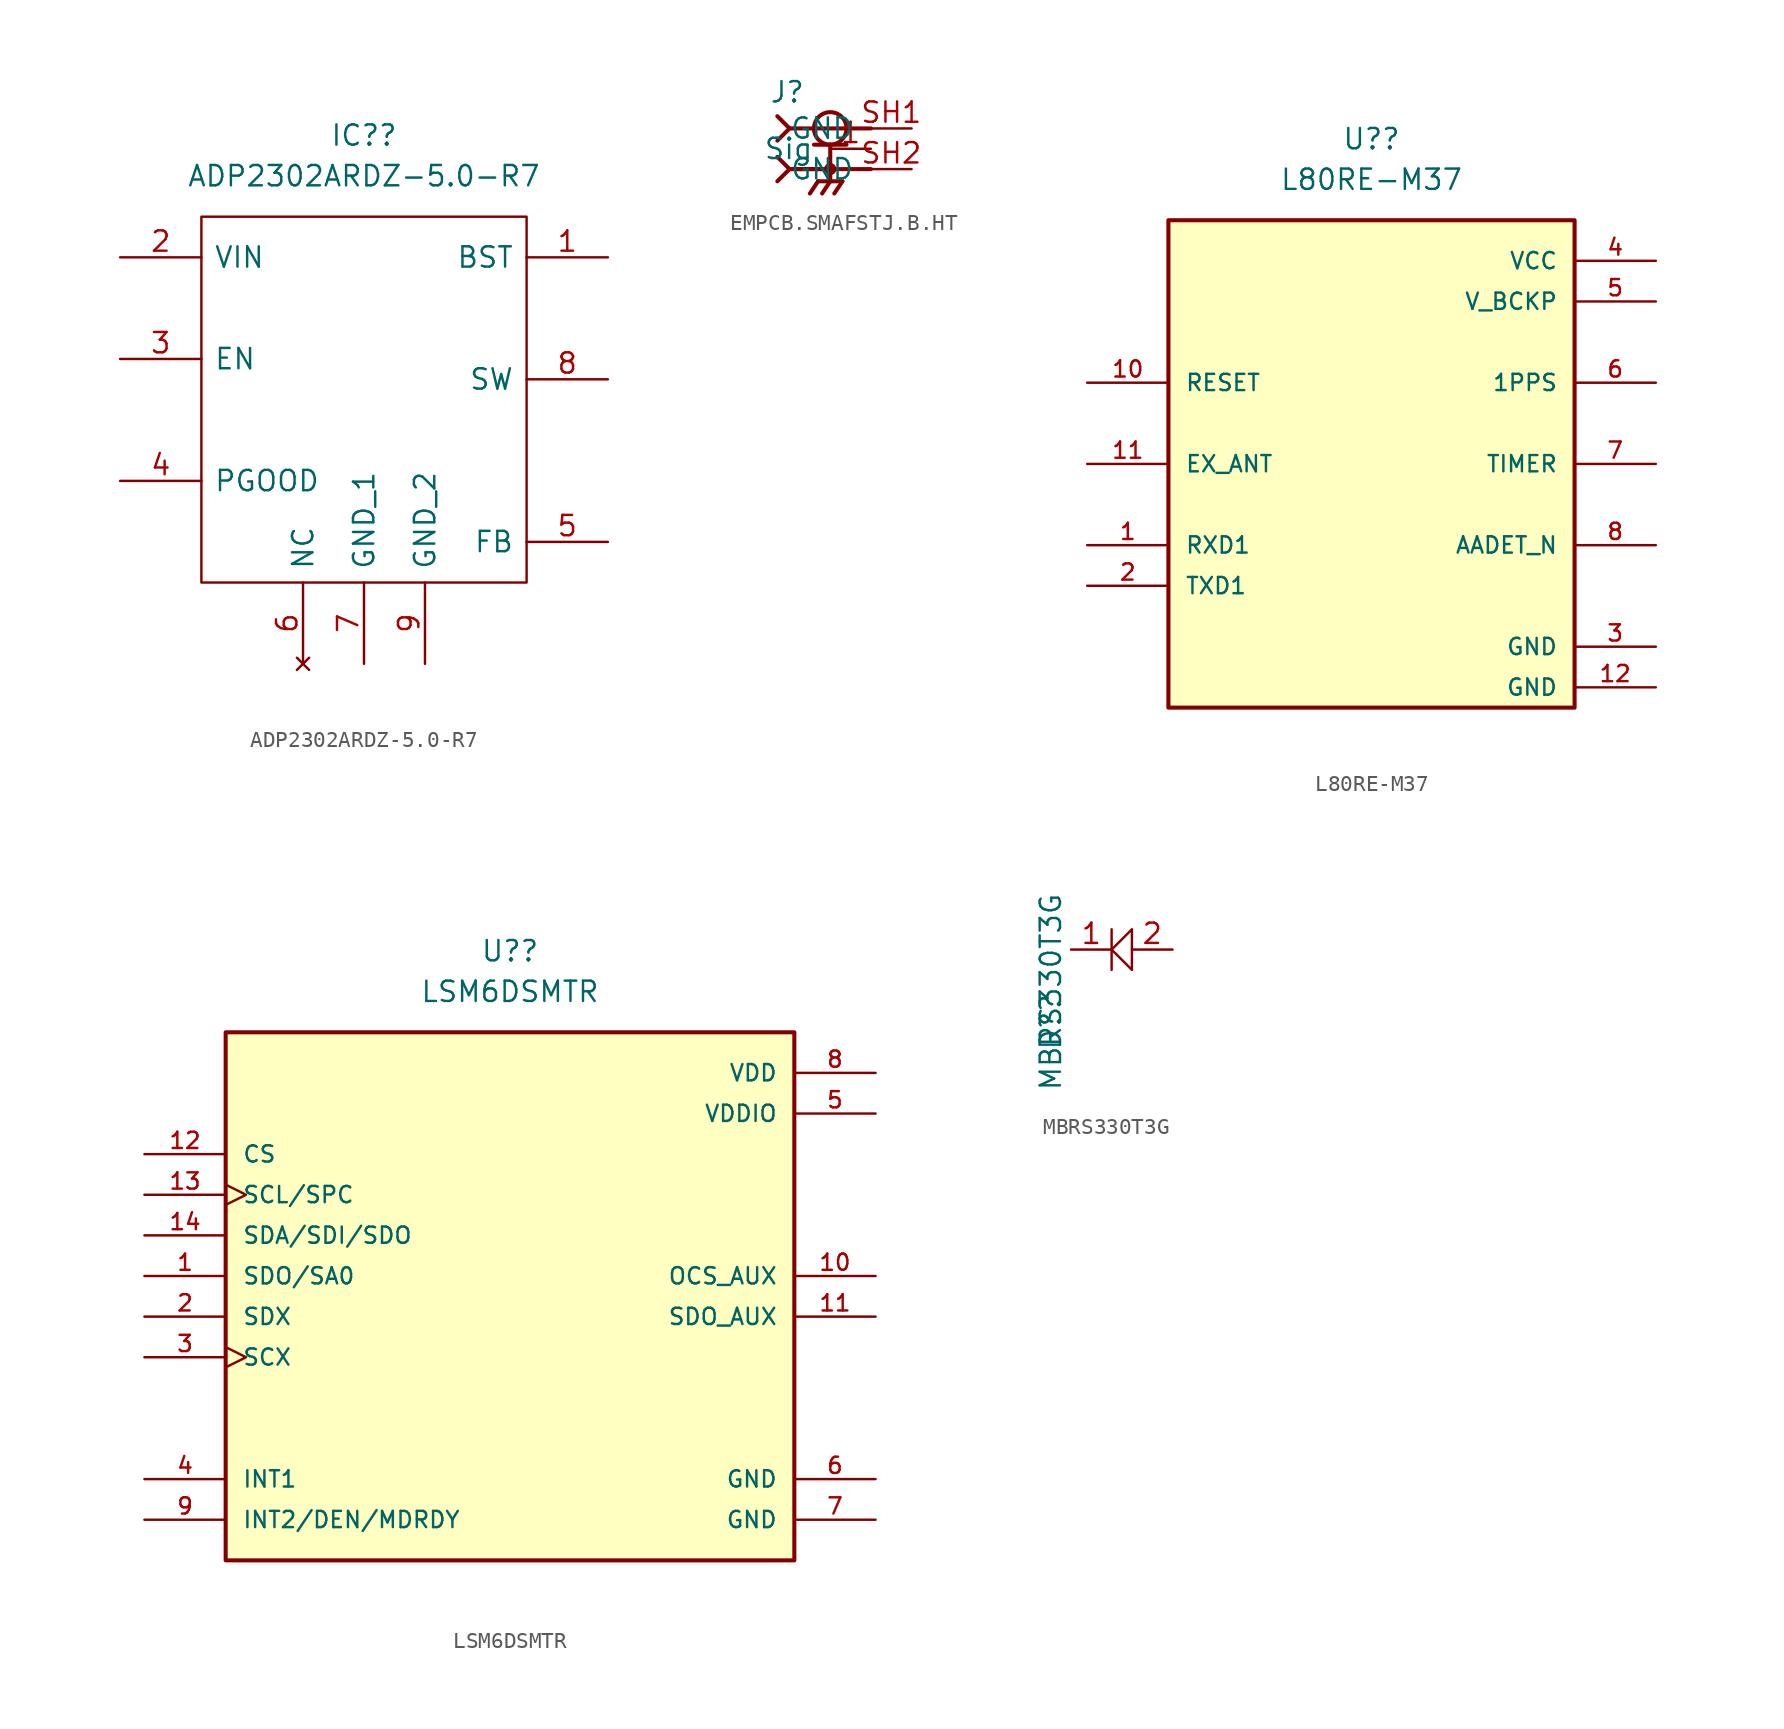
<source format=kicad_sym>
(kicad_symbol_lib
  (version 20211014)
  (generator kicad_symbol_editor)
  (symbol "ADP2302ARDZ-5.0-R7"
    (pin_names
      (offset 0.762))
    (property "Reference" "IC?"
      (at 15.24 7.62 0)
      (effects (font (size 1.27 1.27))))
    (property "Value" "ADP2302ARDZ-5.0-R7"
      (at 15.24 5.08 0)
      (effects (font (size 1.27 1.27))))
    (symbol "ADP2302ARDZ-5.0-R7_0_0"
      (pin passive line (at 30.48 0 180) (length 5.08) (name "BST" (effects (font (size 1.27 1.27)))) (number "1" (effects (font (size 1.27 1.27)))))
      (pin passive line (at 0 0 0) (length 5.08) (name "VIN" (effects (font (size 1.27 1.27)))) (number "2" (effects (font (size 1.27 1.27)))))
      (pin passive line (at 0 -6.35 0) (length 5.08) (name "EN" (effects (font (size 1.27 1.27)))) (number "3" (effects (font (size 1.27 1.27)))))
      (pin passive line (at 0 -13.97 0) (length 5.08) (name "PGOOD" (effects (font (size 1.27 1.27)))) (number "4" (effects (font (size 1.27 1.27)))))
      (pin passive line (at 30.48 -17.78 180) (length 5.08) (name "FB" (effects (font (size 1.27 1.27)))) (number "5" (effects (font (size 1.27 1.27)))))
      (pin no_connect line (at 11.43 -25.4 90) (length 5.08) (name "NC" (effects (font (size 1.27 1.27)))) (number "6" (effects (font (size 1.27 1.27)))))
      (pin passive line (at 15.24 -25.4 90) (length 5.08) (name "GND_1" (effects (font (size 1.27 1.27)))) (number "7" (effects (font (size 1.27 1.27)))))
      (pin passive line (at 30.48 -7.62 180) (length 5.08) (name "SW" (effects (font (size 1.27 1.27)))) (number "8" (effects (font (size 1.27 1.27)))))
      (pin passive line (at 19.05 -25.4 90) (length 5.08) (name "GND_2" (effects (font (size 1.27 1.27)))) (number "9" (effects (font (size 1.27 1.27))))))
    (symbol "ADP2302ARDZ-5.0-R7_0_1"
      (polyline (pts (xy 5.08 2.54) (xy 25.4 2.54) (xy 25.4 -20.32) (xy 5.08 -20.32) (xy 5.08 2.54)) (stroke (width 0.152) (type default) (color 0 0 0 0)) (fill (type none)))))
  (symbol "EMPCB.SMAFSTJ.B.HT"
    (pin_names
      (offset 1.016))
    (property "Reference" "J"
      (at -3.81 4.064 0)
      (effects (font (size 1.27 1.27)) (justify left bottom)))
    (symbol "EMPCB.SMAFSTJ.B.HT_0_0"
      (polyline (pts (xy -3.302 -0.762) (xy -2.54 0)) (stroke (width 0.254) (type default) (color 0 0 0 0)) (fill (type none)))
      (polyline (pts (xy -3.302 0.762) (xy -2.54 0)) (stroke (width 0.254) (type default) (color 0 0 0 0)) (fill (type none)))
      (polyline (pts (xy -3.302 1.778) (xy -2.54 2.54)) (stroke (width 0.254) (type default) (color 0 0 0 0)) (fill (type none)))
      (polyline (pts (xy -3.302 3.302) (xy -2.54 2.54)) (stroke (width 0.254) (type default) (color 0 0 0 0)) (fill (type none)))
      (polyline (pts (xy -2.54 0) (xy 0 0)) (stroke (width 0.254) (type default) (color 0 0 0 0)) (fill (type none)))
      (polyline (pts (xy -2.54 2.54) (xy 2.54 2.54)) (stroke (width 0.254) (type default) (color 0 0 0 0)) (fill (type none)))
      (polyline (pts (xy -1.016 1.524) (xy 0 1.524)) (stroke (width 0.254) (type default) (color 0 0 0 0)) (fill (type none)))
      (polyline (pts (xy -0.762 -0.762) (xy -1.27 -1.524)) (stroke (width 0.254) (type default) (color 0 0 0 0)) (fill (type none)))
      (polyline (pts (xy 0 -0.762) (xy -0.762 -0.762)) (stroke (width 0.254) (type default) (color 0 0 0 0)) (fill (type none)))
      (polyline (pts (xy 0 -0.762) (xy -0.508 -1.524)) (stroke (width 0.254) (type default) (color 0 0 0 0)) (fill (type none)))
      (polyline (pts (xy 0 -0.762) (xy 0.762 -0.762)) (stroke (width 0.254) (type default) (color 0 0 0 0)) (fill (type none)))
      (polyline (pts (xy 0 0) (xy -2.286 0)) (stroke (width 0.254) (type default) (color 0 0 0 0)) (fill (type none)))
      (polyline (pts (xy 0 0) (xy 0 -0.762)) (stroke (width 0.254) (type default) (color 0 0 0 0)) (fill (type none)))
      (polyline (pts (xy 0 1.524) (xy 0 0)) (stroke (width 0.254) (type default) (color 0 0 0 0)) (fill (type none)))
      (polyline (pts (xy 0 1.524) (xy 1.016 1.524)) (stroke (width 0.254) (type default) (color 0 0 0 0)) (fill (type none)))
      (polyline (pts (xy 0.762 -0.762) (xy 0.254 -1.524)) (stroke (width 0.254) (type default) (color 0 0 0 0)) (fill (type none)))
      (polyline (pts (xy 2.54 0) (xy 0 0)) (stroke (width 0.254) (type default) (color 0 0 0 0)) (fill (type none)))
      (circle (center 0 0) (radius 0.254) (stroke (width 0.254) (type default) (color 0 0 0 0)) (fill (type none)))
      (circle (center 0 2.54) (radius 1.016) (stroke (width 0.254) (type default) (color 0 0 0 0)) (fill (type none))))
    (symbol "EMPCB.SMAFSTJ.B.HT_1_1"
      (pin input line (at 2.54 1.27 180) (length 2.54) (name "Sig" (effects (font (size 1.27 1.27)))) (number "1" (effects (font (size 1.27 1.27)))))
      (pin input line (at 5.08 2.54 180) (length 2.54) (name "GND" (effects (font (size 1.27 1.27)))) (number "SH1" (effects (font (size 1.27 1.27)))))
      (pin input line (at 5.08 0 180) (length 2.54) (name "GND" (effects (font (size 1.27 1.27)))) (number "SH2" (effects (font (size 1.27 1.27)))))))
  (symbol "L80RE-M37"
    (pin_names
      (offset 1.016))
    (property "Reference" "U?"
      (at 0 20.32 0)
      (effects (font (size 1.27 1.27))))
    (property "Value" "L80RE-M37"
      (at 0 17.78 0)
      (effects (font (size 1.27 1.27))))
    (symbol "L80RE-M37_0_0"
      (rectangle (start -12.7 -15.24) (end 12.7 15.24) (stroke (width 0.254) (type default) (color 0 0 0 0)) (fill (type background)))
      (pin input line (at -17.78 -5.08 0) (length 5.08) (name "RXD1" (effects (font (size 1.016 1.016)))) (number "1" (effects (font (size 1.016 1.016)))))
      (pin input line (at -17.78 5.08 0) (length 5.08) (name "RESET" (effects (font (size 1.016 1.016)))) (number "10" (effects (font (size 1.016 1.016)))))
      (pin input line (at -17.78 0 0) (length 5.08) (name "EX_ANT" (effects (font (size 1.016 1.016)))) (number "11" (effects (font (size 1.016 1.016)))))
      (pin power_in line (at 17.78 -13.97 180) (length 5.08) (name "GND" (effects (font (size 1.016 1.016)))) (number "12" (effects (font (size 1.016 1.016)))))
      (pin output line (at -17.78 -7.62 0) (length 5.08) (name "TXD1" (effects (font (size 1.016 1.016)))) (number "2" (effects (font (size 1.016 1.016)))))
      (pin power_in line (at 17.78 -11.43 180) (length 5.08) (name "GND" (effects (font (size 1.016 1.016)))) (number "3" (effects (font (size 1.016 1.016)))))
      (pin power_in line (at 17.78 12.7 180) (length 5.08) (name "VCC" (effects (font (size 1.016 1.016)))) (number "4" (effects (font (size 1.016 1.016)))))
      (pin power_in line (at 17.78 10.16 180) (length 5.08) (name "V_BCKP" (effects (font (size 1.016 1.016)))) (number "5" (effects (font (size 1.016 1.016)))))
      (pin output line (at 17.78 5.08 180) (length 5.08) (name "1PPS" (effects (font (size 1.016 1.016)))) (number "6" (effects (font (size 1.016 1.016)))))
      (pin output line (at 17.78 0 180) (length 5.08) (name "TIMER" (effects (font (size 1.016 1.016)))) (number "7" (effects (font (size 1.016 1.016)))))
      (pin bidirectional line (at 17.78 -5.08 180) (length 5.08) (name "AADET_N" (effects (font (size 1.016 1.016)))) (number "8" (effects (font (size 1.016 1.016)))))))
  (symbol "LSM6DSMTR"
    (pin_names
      (offset 1.016))
    (property "Reference" "U?"
      (at 0 20.32 0)
      (effects (font (size 1.27 1.27))))
    (property "Value" "LSM6DSMTR"
      (at 0 17.78 0)
      (effects (font (size 1.27 1.27))))
    (symbol "LSM6DSMTR_0_0"
      (rectangle (start -17.78 -17.78) (end 17.78 15.24) (stroke (width 0.254) (type default) (color 0 0 0 0)) (fill (type background)))
      (pin bidirectional line (at -22.86 0 0) (length 5.08) (name "SDO/SA0" (effects (font (size 1.016 1.016)))) (number "1" (effects (font (size 1.016 1.016)))))
      (pin input line (at 22.86 0 180) (length 5.08) (name "OCS_AUX" (effects (font (size 1.016 1.016)))) (number "10" (effects (font (size 1.016 1.016)))))
      (pin bidirectional line (at 22.86 -2.54 180) (length 5.08) (name "SDO_AUX" (effects (font (size 1.016 1.016)))) (number "11" (effects (font (size 1.016 1.016)))))
      (pin input line (at -22.86 7.62 0) (length 5.08) (name "CS" (effects (font (size 1.016 1.016)))) (number "12" (effects (font (size 1.016 1.016)))))
      (pin input clock (at -22.86 5.08 0) (length 5.08) (name "SCL/SPC" (effects (font (size 1.016 1.016)))) (number "13" (effects (font (size 1.016 1.016)))))
      (pin bidirectional line (at -22.86 2.54 0) (length 5.08) (name "SDA/SDI/SDO" (effects (font (size 1.016 1.016)))) (number "14" (effects (font (size 1.016 1.016)))))
      (pin bidirectional line (at -22.86 -2.54 0) (length 5.08) (name "SDX" (effects (font (size 1.016 1.016)))) (number "2" (effects (font (size 1.016 1.016)))))
      (pin bidirectional clock (at -22.86 -5.08 0) (length 5.08) (name "SCX" (effects (font (size 1.016 1.016)))) (number "3" (effects (font (size 1.016 1.016)))))
      (pin input line (at -22.86 -12.7 0) (length 5.08) (name "INT1" (effects (font (size 1.016 1.016)))) (number "4" (effects (font (size 1.016 1.016)))))
      (pin power_in line (at 22.86 10.16 180) (length 5.08) (name "VDDIO" (effects (font (size 1.016 1.016)))) (number "5" (effects (font (size 1.016 1.016)))))
      (pin power_in line (at 22.86 -12.7 180) (length 5.08) (name "GND" (effects (font (size 1.016 1.016)))) (number "6" (effects (font (size 1.016 1.016)))))
      (pin power_in line (at 22.86 -15.24 180) (length 5.08) (name "GND" (effects (font (size 1.016 1.016)))) (number "7" (effects (font (size 1.016 1.016)))))
      (pin power_in line (at 22.86 12.7 180) (length 5.08) (name "VDD" (effects (font (size 1.016 1.016)))) (number "8" (effects (font (size 1.016 1.016)))))
      (pin input line (at -22.86 -15.24 0) (length 5.08) (name "INT2/DEN/MDRDY" (effects (font (size 1.016 1.016)))) (number "9" (effects (font (size 1.016 1.016)))))))
  (symbol "MBRS330T3G"
    (pin_names
      (offset 0.762))
    (property "Reference" "D?"
      (at 3.81 -6.35 90)
      (effects (font (size 1.27 1.27)) (justify left)))
    (property "Value" "MBRS330T3G"
      (at 3.81 -8.89 90)
      (effects (font (size 1.27 1.27)) (justify left)))
    (symbol "MBRS330T3G_0_0"
      (pin passive line (at 5.08 0 0) (length 2.54) (name "~" (effects (font (size 1.27 1.27)))) (number "1" (effects (font (size 1.27 1.27)))))
      (pin passive line (at 11.43 0 180) (length 2.54) (name "~" (effects (font (size 1.27 1.27)))) (number "2" (effects (font (size 1.27 1.27))))))
    (symbol "MBRS330T3G_0_1"
      (polyline (pts (xy 7.62 0) (xy 7.62 0)) (stroke (width 0.152) (type default) (color 0 0 0 0)) (fill (type none)))
      (polyline (pts (xy 7.62 1.27) (xy 7.62 -1.27)) (stroke (width 0.152) (type default) (color 0 0 0 0)) (fill (type none)))
      (polyline (pts (xy 7.62 0) (xy 8.89 1.27) (xy 8.89 -1.27) (xy 7.62 0)) (stroke (width 0) (type default) (color 0 0 0 0)) (fill (type none))))))
</source>
